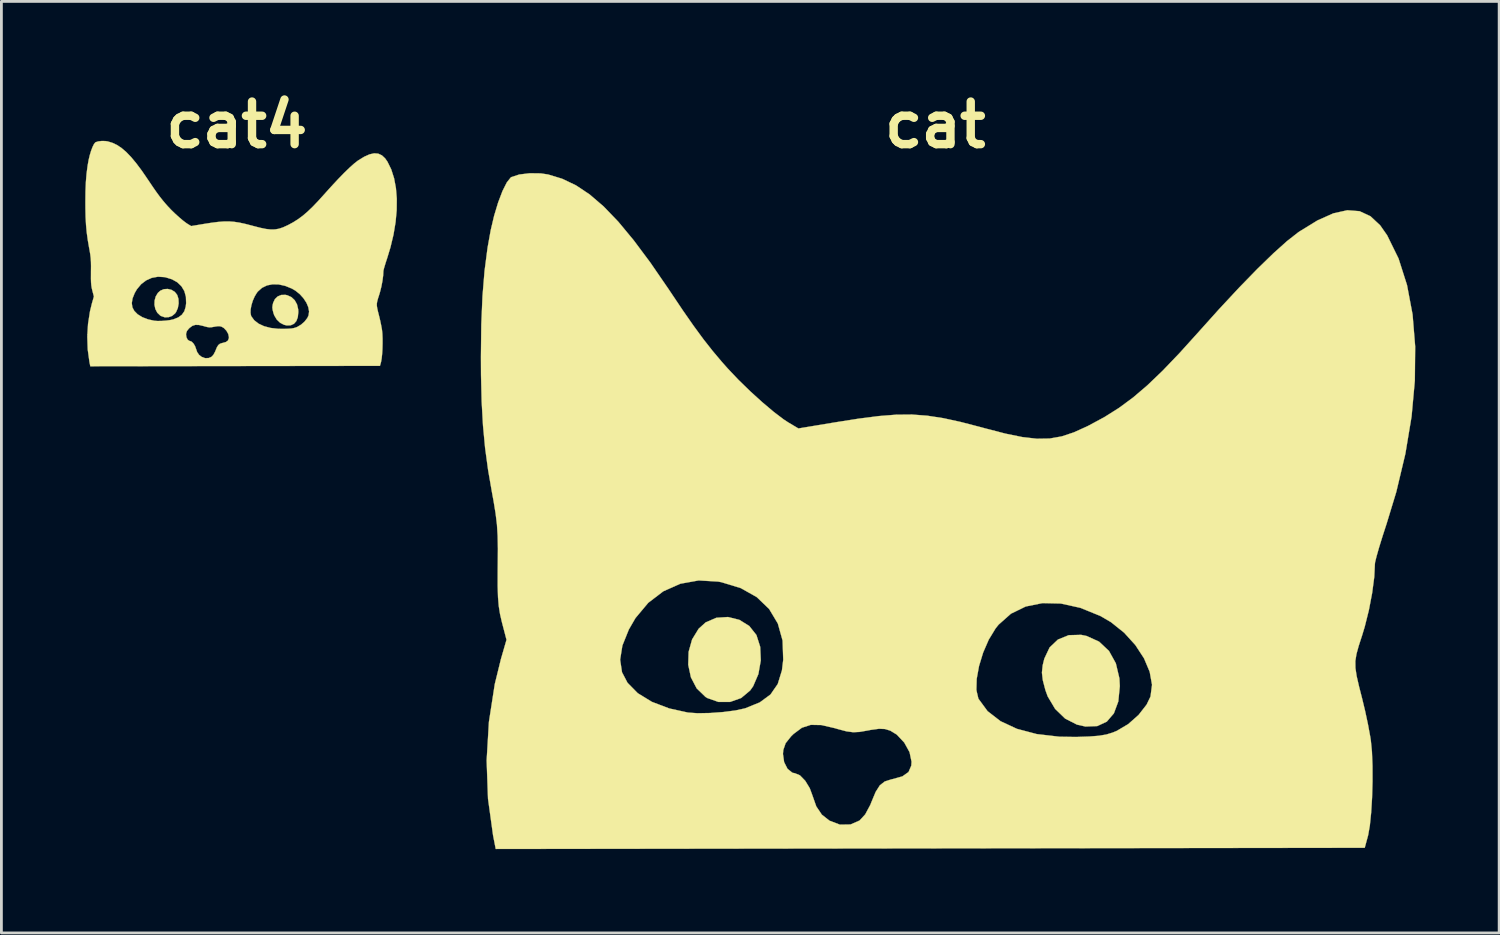
<source format=kicad_pcb>
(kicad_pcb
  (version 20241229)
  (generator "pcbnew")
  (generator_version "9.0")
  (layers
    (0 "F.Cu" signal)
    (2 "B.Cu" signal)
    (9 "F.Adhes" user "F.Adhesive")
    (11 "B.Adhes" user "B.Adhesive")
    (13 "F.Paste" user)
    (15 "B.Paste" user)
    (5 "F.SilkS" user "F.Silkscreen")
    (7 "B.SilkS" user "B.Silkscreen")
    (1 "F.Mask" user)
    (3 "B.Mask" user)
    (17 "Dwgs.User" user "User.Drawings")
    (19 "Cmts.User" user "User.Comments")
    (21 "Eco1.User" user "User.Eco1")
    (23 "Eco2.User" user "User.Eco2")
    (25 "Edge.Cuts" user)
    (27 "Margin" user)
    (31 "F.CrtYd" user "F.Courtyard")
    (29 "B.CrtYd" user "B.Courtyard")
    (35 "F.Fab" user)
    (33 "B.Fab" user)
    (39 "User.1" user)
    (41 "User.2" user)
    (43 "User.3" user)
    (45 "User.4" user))
  (footprint "cat4"
    (layer "F.Cu")
    (at 5.423 1.418)
    (property "Reference" "cat4" (at 0 0 0) (layer "F.SilkS") (effects (font (size 1.524 1.524) (thickness 0.3))))
    (attr through_hole)
    (fp_poly (pts (xy -2.336 5.903) (xy -2.218 5.976) (xy -2.133 6.084) (xy -2.088 6.226) (xy -2.081 6.387) (xy -2.109 6.55) (xy -2.172 6.695) (xy -2.208 6.746) (xy -2.315 6.836) (xy -2.446 6.882) (xy -2.585 6.883) (xy -2.718 6.836) (xy -2.74 6.822) (xy -2.845 6.721) (xy -2.914 6.589) (xy -2.946 6.439) (xy -2.941 6.285) (xy -2.9 6.137) (xy -2.822 6.01) (xy -2.738 5.934) (xy -2.611 5.879) (xy -2.472 5.87) (xy -2.336 5.903)) (stroke (width 0.01) (type solid)) (fill yes) (layer "F.SilkS"))
    (fp_poly (pts (xy 1.805 6.096) (xy 1.954 6.163) (xy 2.072 6.274) (xy 2.154 6.422) (xy 2.196 6.601) (xy 2.201 6.694) (xy 2.183 6.877) (xy 2.131 7.019) (xy 2.046 7.117) (xy 1.932 7.17) (xy 1.792 7.176) (xy 1.69 7.153) (xy 1.55 7.081) (xy 1.43 6.966) (xy 1.341 6.817) (xy 1.314 6.742) (xy 1.283 6.623) (xy 1.272 6.533) (xy 1.282 6.445) (xy 1.301 6.366) (xy 1.364 6.233) (xy 1.464 6.138) (xy 1.592 6.086) (xy 1.74 6.082) (xy 1.805 6.096)) (stroke (width 0.01) (type solid)) (fill yes) (layer "F.SilkS"))
    (fp_poly (pts (xy -4.705 0.579) (xy -4.618 0.592) (xy -4.45 0.643) (xy -4.285 0.721) (xy -4.122 0.83) (xy -3.955 0.973) (xy -3.781 1.154) (xy -3.596 1.377) (xy -3.397 1.643) (xy -3.181 1.959) (xy -3.16 1.99) (xy -3.01 2.213) (xy -2.882 2.397) (xy -2.766 2.555) (xy -2.656 2.695) (xy -2.543 2.829) (xy -2.474 2.907) (xy -2.349 3.039) (xy -2.208 3.176) (xy -2.063 3.307) (xy -1.926 3.423) (xy -1.809 3.512) (xy -1.754 3.548) (xy -1.632 3.621) (xy -1.19 3.547) (xy -0.91 3.503) (xy -0.673 3.473) (xy -0.466 3.457) (xy -0.278 3.455) (xy -0.095 3.469) (xy 0.094 3.498) (xy 0.302 3.543) (xy 0.541 3.605) (xy 0.593 3.619) (xy 0.837 3.682) (xy 1.04 3.724) (xy 1.212 3.743) (xy 1.364 3.741) (xy 1.507 3.716) (xy 1.652 3.668) (xy 1.81 3.596) (xy 1.835 3.584) (xy 2.02 3.484) (xy 2.192 3.375) (xy 2.36 3.251) (xy 2.531 3.105) (xy 2.712 2.932) (xy 2.911 2.724) (xy 3.127 2.485) (xy 3.386 2.197) (xy 3.625 1.94) (xy 3.841 1.718) (xy 4.032 1.533) (xy 4.195 1.387) (xy 4.327 1.283) (xy 4.342 1.273) (xy 4.559 1.14) (xy 4.749 1.055) (xy 4.915 1.018) (xy 5.061 1.03) (xy 5.191 1.09) (xy 5.307 1.198) (xy 5.39 1.317) (xy 5.526 1.594) (xy 5.627 1.91) (xy 5.693 2.262) (xy 5.724 2.643) (xy 5.72 3.05) (xy 5.681 3.478) (xy 5.607 3.923) (xy 5.498 4.379) (xy 5.384 4.755) (xy 5.335 4.904) (xy 5.294 5.038) (xy 5.263 5.145) (xy 5.246 5.216) (xy 5.244 5.235) (xy 5.236 5.392) (xy 5.211 5.582) (xy 5.172 5.787) (xy 5.122 5.986) (xy 5.092 6.086) (xy 5.051 6.213) (xy 5.024 6.312) (xy 5.01 6.395) (xy 5.011 6.478) (xy 5.026 6.574) (xy 5.055 6.699) (xy 5.091 6.84) (xy 5.127 6.99) (xy 5.161 7.152) (xy 5.188 7.297) (xy 5.195 7.34) (xy 5.208 7.476) (xy 5.215 7.645) (xy 5.215 7.832) (xy 5.21 8.022) (xy 5.199 8.202) (xy 5.183 8.356) (xy 5.163 8.471) (xy 5.161 8.481) (xy 5.122 8.622) (xy -5.242 8.636) (xy -5.274 8.474) (xy -5.334 8.037) (xy -5.35 7.58) (xy -5.346 7.503) (xy -1.816 7.503) (xy -1.802 7.6) (xy -1.762 7.68) (xy -1.704 7.727) (xy -1.674 7.733) (xy -1.614 7.758) (xy -1.551 7.822) (xy -1.496 7.912) (xy -1.467 7.991) (xy -1.419 8.129) (xy -1.352 8.227) (xy -1.261 8.299) (xy -1.137 8.346) (xy -1.011 8.344) (xy -0.902 8.297) (xy -0.835 8.223) (xy -0.774 8.109) (xy -0.762 8.078) (xy -0.711 7.956) (xy -0.661 7.877) (xy -0.602 7.831) (xy -0.525 7.806) (xy -0.513 7.804) (xy -0.392 7.77) (xy -0.319 7.719) (xy -0.286 7.642) (xy -0.282 7.595) (xy -0.306 7.481) (xy -0.37 7.367) (xy -0.459 7.272) (xy -0.536 7.225) (xy -0.6 7.205) (xy -0.67 7.202) (xy -0.768 7.216) (xy -0.806 7.223) (xy -0.903 7.24) (xy -0.98 7.244) (xy -1.059 7.233) (xy -1.162 7.206) (xy -1.198 7.195) (xy -1.358 7.158) (xy -1.484 7.156) (xy -1.59 7.19) (xy -1.69 7.264) (xy -1.719 7.293) (xy -1.784 7.374) (xy -1.812 7.455) (xy -1.816 7.503) (xy -5.346 7.503) (xy -5.323 7.12) (xy -5.253 6.67) (xy -5.182 6.379) (xy -3.758 6.379) (xy -3.736 6.529) (xy -3.67 6.654) (xy -3.548 6.778) (xy -3.38 6.881) (xy -3.172 6.96) (xy -2.949 7.009) (xy -2.835 7.017) (xy -2.687 7.015) (xy -2.529 7.003) (xy -2.383 6.984) (xy -2.27 6.959) (xy -2.269 6.959) (xy -2.093 6.888) (xy -1.965 6.794) (xy -1.929 6.741) (xy 0.491 6.741) (xy 0.514 6.842) (xy 0.517 6.846) (xy 0.624 6.992) (xy 0.778 7.112) (xy 0.975 7.204) (xy 1.211 7.266) (xy 1.482 7.297) (xy 1.679 7.3) (xy 1.836 7.295) (xy 1.952 7.286) (xy 2.04 7.271) (xy 2.116 7.248) (xy 2.165 7.228) (xy 2.301 7.147) (xy 2.425 7.038) (xy 2.521 6.914) (xy 2.567 6.818) (xy 2.586 6.678) (xy 2.558 6.523) (xy 2.49 6.362) (xy 2.386 6.204) (xy 2.254 6.057) (xy 2.097 5.931) (xy 1.972 5.858) (xy 1.731 5.76) (xy 1.498 5.709) (xy 1.279 5.704) (xy 1.079 5.744) (xy 0.902 5.83) (xy 0.755 5.961) (xy 0.719 6.006) (xy 0.638 6.14) (xy 0.571 6.293) (xy 0.522 6.454) (xy 0.494 6.608) (xy 0.491 6.741) (xy -1.929 6.741) (xy -1.878 6.669) (xy -1.828 6.506) (xy -1.813 6.38) (xy -1.821 6.15) (xy -1.877 5.947) (xy -1.981 5.774) (xy -2.129 5.632) (xy -2.32 5.525) (xy -2.551 5.454) (xy -2.59 5.447) (xy -2.821 5.433) (xy -3.041 5.473) (xy -3.243 5.563) (xy -3.423 5.7) (xy -3.575 5.882) (xy -3.654 6.018) (xy -3.731 6.21) (xy -3.758 6.379) (xy -5.182 6.379) (xy -5.178 6.366) (xy -5.113 6.141) (xy -5.169 5.928) (xy -5.191 5.834) (xy -5.206 5.739) (xy -5.215 5.632) (xy -5.219 5.5) (xy -5.218 5.329) (xy -5.218 5.249) (xy -5.216 5.057) (xy -5.219 4.902) (xy -5.227 4.767) (xy -5.243 4.635) (xy -5.268 4.486) (xy -5.286 4.389) (xy -5.333 4.116) (xy -5.369 3.853) (xy -5.394 3.586) (xy -5.41 3.3) (xy -5.417 2.98) (xy -5.418 2.766) (xy -5.414 2.381) (xy -5.4 2.043) (xy -5.375 1.741) (xy -5.339 1.466) (xy -5.302 1.256) (xy -5.261 1.084) (xy -5.213 0.925) (xy -5.161 0.789) (xy -5.11 0.687) (xy -5.063 0.628) (xy -5.054 0.622) (xy -4.961 0.592) (xy -4.837 0.577) (xy -4.705 0.579)) (stroke (width 0.01) (type solid)) (fill yes) (layer "F.SilkS")))
  (footprint "cat"
    (layer "F.Cu")
    (at 30.413 1.418)
    (property "Reference" "cat" (at 0 0 0) (layer "F.SilkS") (effects (font (size 1.524 1.524) (thickness 0.3))))
    (attr through_hole)
    (fp_poly (pts (xy -7.009 17.71) (xy -6.655 17.929) (xy -6.398 18.253) (xy -6.263 18.677) (xy -6.242 19.162) (xy -6.328 19.65) (xy -6.515 20.085) (xy -6.624 20.239) (xy -6.945 20.507) (xy -7.338 20.646) (xy -7.756 20.648) (xy -8.154 20.508) (xy -8.221 20.467) (xy -8.536 20.162) (xy -8.742 19.767) (xy -8.838 19.318) (xy -8.824 18.854) (xy -8.7 18.412) (xy -8.467 18.03) (xy -8.214 17.801) (xy -7.832 17.636) (xy -7.415 17.609) (xy -7.009 17.71)) (stroke (width 0.01) (type solid)) (fill yes) (layer "F.SilkS"))
    (fp_poly (pts (xy 5.414 18.287) (xy 5.862 18.49) (xy 6.216 18.822) (xy 6.462 19.266) (xy 6.589 19.802) (xy 6.604 20.081) (xy 6.55 20.63) (xy 6.392 21.056) (xy 6.138 21.352) (xy 5.797 21.511) (xy 5.375 21.527) (xy 5.069 21.458) (xy 4.649 21.244) (xy 4.29 20.897) (xy 4.024 20.45) (xy 3.942 20.225) (xy 3.849 19.87) (xy 3.817 19.598) (xy 3.845 19.334) (xy 3.903 19.099) (xy 4.092 18.698) (xy 4.391 18.414) (xy 4.775 18.259) (xy 5.22 18.247) (xy 5.414 18.287)) (stroke (width 0.01) (type solid)) (fill yes) (layer "F.SilkS"))
    (fp_poly (pts (xy -14.114 1.736) (xy -13.853 1.775) (xy -13.349 1.928) (xy -12.856 2.163) (xy -12.365 2.49) (xy -11.864 2.92) (xy -11.342 3.463) (xy -10.789 4.13) (xy -10.192 4.93) (xy -9.542 5.876) (xy -9.48 5.969) (xy -9.031 6.638) (xy -8.645 7.192) (xy -8.299 7.664) (xy -7.968 8.085) (xy -7.63 8.486) (xy -7.421 8.721) (xy -7.046 9.117) (xy -6.624 9.528) (xy -6.19 9.922) (xy -5.779 10.269) (xy -5.426 10.537) (xy -5.263 10.644) (xy -4.896 10.862) (xy -3.57 10.642) (xy -2.731 10.51) (xy -2.019 10.419) (xy -1.399 10.37) (xy -0.833 10.365) (xy -0.285 10.406) (xy 0.283 10.493) (xy 0.907 10.629) (xy 1.624 10.815) (xy 1.778 10.857) (xy 2.51 11.047) (xy 3.119 11.171) (xy 3.635 11.23) (xy 4.092 11.223) (xy 4.522 11.147) (xy 4.957 11.003) (xy 5.431 10.789) (xy 5.506 10.751) (xy 6.059 10.452) (xy 6.576 10.126) (xy 7.08 9.754) (xy 7.593 9.316) (xy 8.137 8.795) (xy 8.734 8.172) (xy 9.381 7.456) (xy 10.158 6.591) (xy 10.875 5.821) (xy 11.524 5.154) (xy 12.097 4.598) (xy 12.585 4.16) (xy 12.982 3.849) (xy 13.027 3.818) (xy 13.676 3.419) (xy 14.246 3.165) (xy 14.745 3.055) (xy 15.184 3.089) (xy 15.572 3.269) (xy 15.92 3.595) (xy 16.169 3.951) (xy 16.577 4.782) (xy 16.88 5.731) (xy 17.079 6.785) (xy 17.172 7.929) (xy 17.16 9.151) (xy 17.043 10.435) (xy 16.821 11.769) (xy 16.495 13.137) (xy 16.151 14.266) (xy 16.006 14.713) (xy 15.882 15.114) (xy 15.79 15.436) (xy 15.738 15.647) (xy 15.731 15.706) (xy 15.708 16.176) (xy 15.633 16.747) (xy 15.516 17.36) (xy 15.367 17.957) (xy 15.276 18.258) (xy 15.152 18.64) (xy 15.071 18.935) (xy 15.031 19.185) (xy 15.034 19.433) (xy 15.078 19.723) (xy 15.164 20.097) (xy 15.272 20.519) (xy 15.381 20.971) (xy 15.484 21.455) (xy 15.564 21.89) (xy 15.585 22.021) (xy 15.625 22.428) (xy 15.645 22.934) (xy 15.646 23.495) (xy 15.63 24.067) (xy 15.597 24.606) (xy 15.55 25.069) (xy 15.49 25.412) (xy 15.482 25.442) (xy 15.367 25.866) (xy -0.179 25.887) (xy -15.726 25.908) (xy -15.821 25.421) (xy -16.002 24.11) (xy -16.051 22.741) (xy -16.037 22.508) (xy -5.449 22.508) (xy -5.407 22.801) (xy -5.285 23.041) (xy -5.111 23.181) (xy -5.021 23.199) (xy -4.842 23.273) (xy -4.653 23.467) (xy -4.489 23.736) (xy -4.402 23.972) (xy -4.256 24.386) (xy -4.057 24.681) (xy -3.784 24.896) (xy -3.411 25.038) (xy -3.032 25.032) (xy -2.707 24.89) (xy -2.505 24.67) (xy -2.322 24.328) (xy -2.285 24.234) (xy -2.132 23.867) (xy -1.983 23.632) (xy -1.807 23.494) (xy -1.574 23.419) (xy -1.54 23.412) (xy -1.176 23.311) (xy -0.956 23.156) (xy -0.857 22.927) (xy -0.847 22.786) (xy -0.919 22.444) (xy -1.109 22.101) (xy -1.376 21.816) (xy -1.607 21.675) (xy -1.799 21.616) (xy -2.011 21.607) (xy -2.303 21.647) (xy -2.417 21.669) (xy -2.709 21.72) (xy -2.939 21.731) (xy -3.176 21.699) (xy -3.487 21.617) (xy -3.595 21.585) (xy -4.073 21.474) (xy -4.452 21.467) (xy -4.771 21.57) (xy -5.07 21.793) (xy -5.157 21.878) (xy -5.353 22.123) (xy -5.437 22.366) (xy -5.449 22.508) (xy -16.037 22.508) (xy -15.969 21.359) (xy -15.76 20.01) (xy -15.545 19.136) (xy -11.275 19.136) (xy -11.207 19.587) (xy -11.01 19.963) (xy -10.645 20.334) (xy -10.139 20.644) (xy -9.516 20.881) (xy -8.848 21.028) (xy -8.504 21.052) (xy -8.062 21.044) (xy -7.588 21.009) (xy -7.148 20.952) (xy -6.81 20.878) (xy -6.808 20.878) (xy -6.279 20.664) (xy -5.894 20.381) (xy -5.786 20.224) (xy 1.472 20.224) (xy 1.543 20.526) (xy 1.55 20.539) (xy 1.872 20.977) (xy 2.335 21.336) (xy 2.926 21.611) (xy 3.633 21.798) (xy 4.445 21.892) (xy 5.038 21.901) (xy 5.509 21.885) (xy 5.855 21.858) (xy 6.121 21.813) (xy 6.349 21.743) (xy 6.496 21.683) (xy 6.904 21.441) (xy 7.275 21.113) (xy 7.563 20.743) (xy 7.702 20.455) (xy 7.757 20.034) (xy 7.673 19.568) (xy 7.469 19.085) (xy 7.159 18.611) (xy 6.761 18.172) (xy 6.29 17.794) (xy 5.916 17.575) (xy 5.192 17.28) (xy 4.494 17.126) (xy 3.837 17.111) (xy 3.236 17.233) (xy 2.707 17.491) (xy 2.266 17.883) (xy 2.158 18.018) (xy 1.914 18.419) (xy 1.714 18.88) (xy 1.567 19.361) (xy 1.483 19.823) (xy 1.472 20.224) (xy -5.786 20.224) (xy -5.635 20.006) (xy -5.485 19.519) (xy -5.439 19.139) (xy -5.462 18.451) (xy -5.632 17.842) (xy -5.943 17.322) (xy -6.387 16.896) (xy -6.959 16.574) (xy -7.652 16.363) (xy -7.77 16.341) (xy -8.464 16.3) (xy -9.122 16.418) (xy -9.729 16.688) (xy -10.269 17.1) (xy -10.726 17.646) (xy -10.963 18.055) (xy -11.194 18.63) (xy -11.275 19.136) (xy -15.545 19.136) (xy -15.535 19.097) (xy -15.34 18.423) (xy -15.507 17.784) (xy -15.572 17.501) (xy -15.617 17.218) (xy -15.644 16.897) (xy -15.656 16.499) (xy -15.655 15.986) (xy -15.653 15.748) (xy -15.648 15.17) (xy -15.657 14.706) (xy -15.682 14.302) (xy -15.73 13.905) (xy -15.803 13.459) (xy -15.857 13.166) (xy -15.999 12.348) (xy -16.106 11.559) (xy -16.181 10.757) (xy -16.229 9.899) (xy -16.252 8.941) (xy -16.255 8.297) (xy -16.242 7.144) (xy -16.199 6.128) (xy -16.125 5.222) (xy -16.018 4.397) (xy -15.905 3.768) (xy -15.783 3.251) (xy -15.639 2.775) (xy -15.484 2.368) (xy -15.33 2.061) (xy -15.19 1.884) (xy -15.163 1.867) (xy -14.883 1.776) (xy -14.51 1.731) (xy -14.114 1.736)) (stroke (width 0.01) (type solid)) (fill yes) (layer "F.SilkS")))
  (gr_rect
    (start -3 -3)
    (end 50.59 30.331)
    (stroke (width 0.1) (type default))
    (fill no)
    (layer "Edge.Cuts")))
</source>
